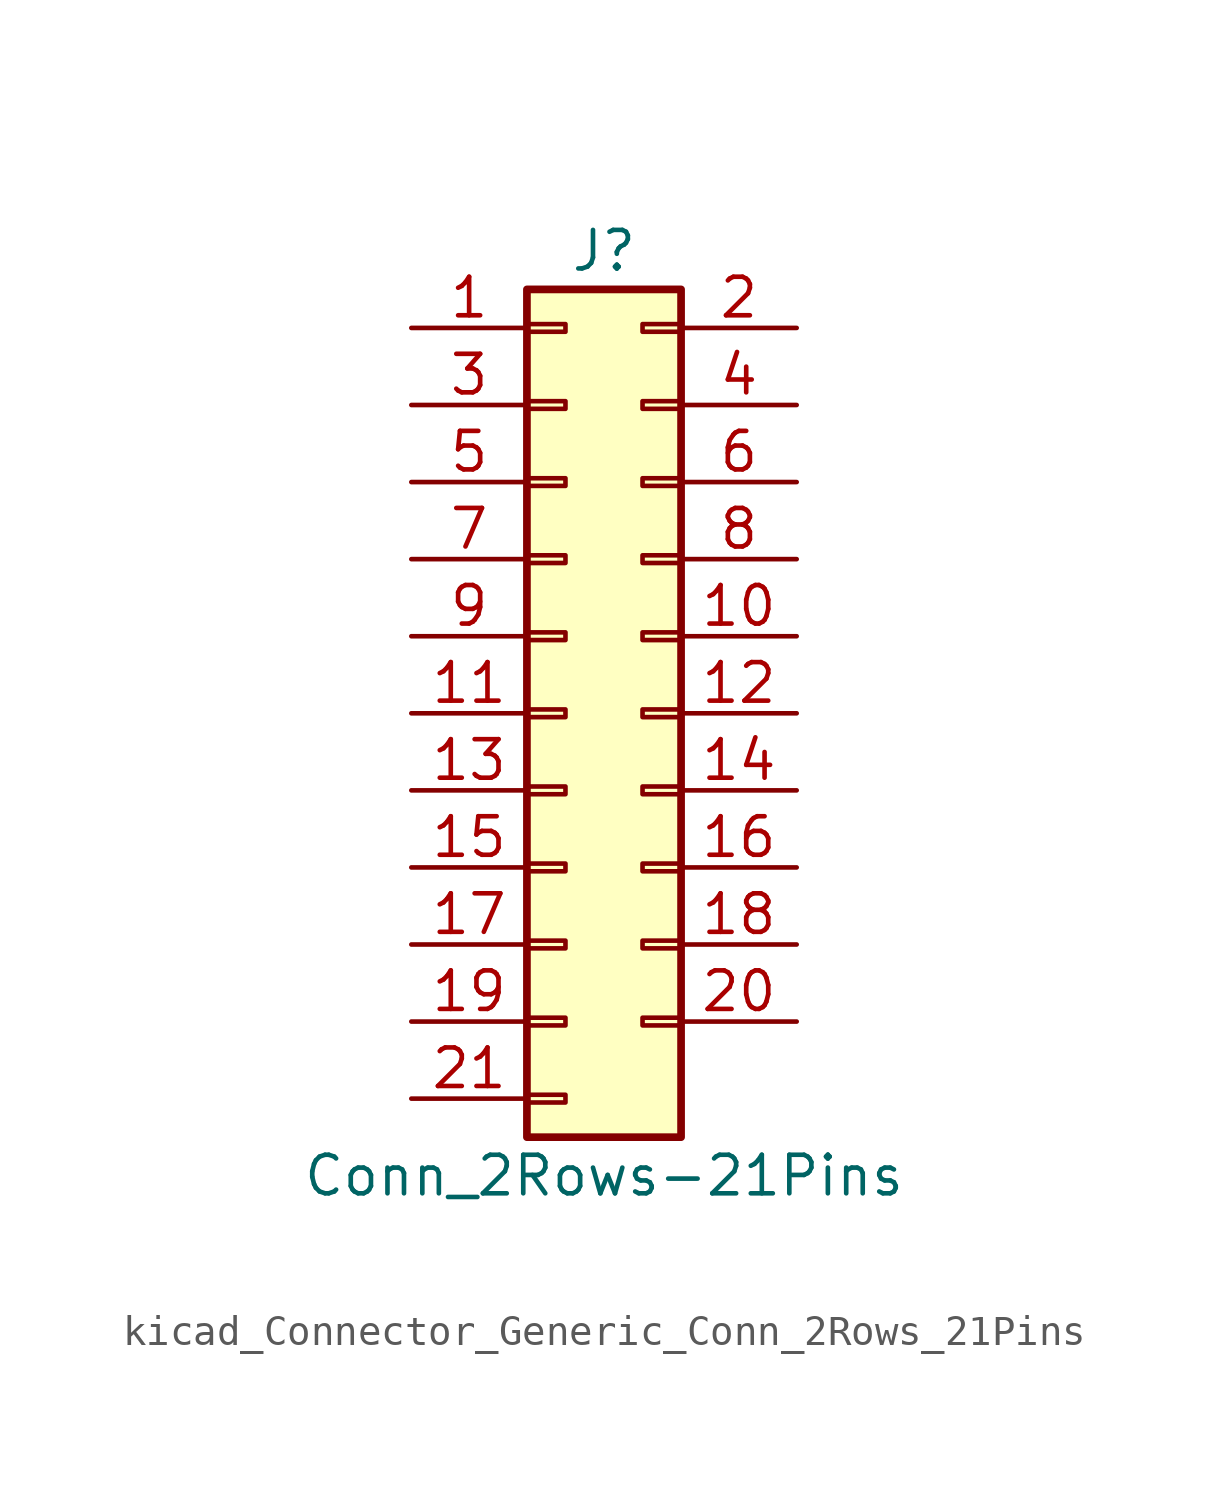
<source format=kicad_sym>
(kicad_symbol_lib
  (version 20220914)
  (generator kicad_symbol_editor)
  (symbol "kicad_Connector_Generic_Conn_2Rows_21Pins"
    (pin_names
      (offset 1.016) hide)
    (property "Reference" "J"
      (at 1.27 15.24 0)
      (effects (font (size 1.27 1.27))))
    (property "Value" "Conn_2Rows-21Pins"
      (at 1.27 -15.24 0)
      (effects (font (size 1.27 1.27))))
    (symbol "kicad_Connector_Generic_Conn_2Rows_21Pins_1_1"
      (rectangle (start -1.27 -12.573) (end 0 -12.827) (stroke (width 0.152) (type default)) (fill (type none)))
      (rectangle (start -1.27 -10.033) (end 0 -10.287) (stroke (width 0.152) (type default)) (fill (type none)))
      (rectangle (start -1.27 -7.493) (end 0 -7.747) (stroke (width 0.152) (type default)) (fill (type none)))
      (rectangle (start -1.27 -4.953) (end 0 -5.207) (stroke (width 0.152) (type default)) (fill (type none)))
      (rectangle (start -1.27 -2.413) (end 0 -2.667) (stroke (width 0.152) (type default)) (fill (type none)))
      (rectangle (start -1.27 0.127) (end 0 -0.127) (stroke (width 0.152) (type default)) (fill (type none)))
      (rectangle (start -1.27 2.667) (end 0 2.413) (stroke (width 0.152) (type default)) (fill (type none)))
      (rectangle (start -1.27 5.207) (end 0 4.953) (stroke (width 0.152) (type default)) (fill (type none)))
      (rectangle (start -1.27 7.747) (end 0 7.493) (stroke (width 0.152) (type default)) (fill (type none)))
      (rectangle (start -1.27 10.287) (end 0 10.033) (stroke (width 0.152) (type default)) (fill (type none)))
      (rectangle (start -1.27 12.827) (end 0 12.573) (stroke (width 0.152) (type default)) (fill (type none)))
      (rectangle (start -1.27 13.97) (end 3.81 -13.97) (stroke (width 0.254) (type default)) (fill (type background)))
      (rectangle (start 3.81 -10.033) (end 2.54 -10.287) (stroke (width 0.152) (type default)) (fill (type none)))
      (rectangle (start 3.81 -7.493) (end 2.54 -7.747) (stroke (width 0.152) (type default)) (fill (type none)))
      (rectangle (start 3.81 -4.953) (end 2.54 -5.207) (stroke (width 0.152) (type default)) (fill (type none)))
      (rectangle (start 3.81 -2.413) (end 2.54 -2.667) (stroke (width 0.152) (type default)) (fill (type none)))
      (rectangle (start 3.81 0.127) (end 2.54 -0.127) (stroke (width 0.152) (type default)) (fill (type none)))
      (rectangle (start 3.81 2.667) (end 2.54 2.413) (stroke (width 0.152) (type default)) (fill (type none)))
      (rectangle (start 3.81 5.207) (end 2.54 4.953) (stroke (width 0.152) (type default)) (fill (type none)))
      (rectangle (start 3.81 7.747) (end 2.54 7.493) (stroke (width 0.152) (type default)) (fill (type none)))
      (rectangle (start 3.81 10.287) (end 2.54 10.033) (stroke (width 0.152) (type default)) (fill (type none)))
      (rectangle (start 3.81 12.827) (end 2.54 12.573) (stroke (width 0.152) (type default)) (fill (type none)))
      (pin passive line (at -5.08 12.7 0) (length 3.81) (name "Pin_1" (effects (font (size 1.27 1.27)))) (number "1" (effects (font (size 1.27 1.27)))))
      (pin passive line (at 7.62 2.54 180) (length 3.81) (name "Pin_10" (effects (font (size 1.27 1.27)))) (number "10" (effects (font (size 1.27 1.27)))))
      (pin passive line (at -5.08 0 0) (length 3.81) (name "Pin_11" (effects (font (size 1.27 1.27)))) (number "11" (effects (font (size 1.27 1.27)))))
      (pin passive line (at 7.62 0 180) (length 3.81) (name "Pin_12" (effects (font (size 1.27 1.27)))) (number "12" (effects (font (size 1.27 1.27)))))
      (pin passive line (at -5.08 -2.54 0) (length 3.81) (name "Pin_13" (effects (font (size 1.27 1.27)))) (number "13" (effects (font (size 1.27 1.27)))))
      (pin passive line (at 7.62 -2.54 180) (length 3.81) (name "Pin_14" (effects (font (size 1.27 1.27)))) (number "14" (effects (font (size 1.27 1.27)))))
      (pin passive line (at -5.08 -5.08 0) (length 3.81) (name "Pin_15" (effects (font (size 1.27 1.27)))) (number "15" (effects (font (size 1.27 1.27)))))
      (pin passive line (at 7.62 -5.08 180) (length 3.81) (name "Pin_16" (effects (font (size 1.27 1.27)))) (number "16" (effects (font (size 1.27 1.27)))))
      (pin passive line (at -5.08 -7.62 0) (length 3.81) (name "Pin_17" (effects (font (size 1.27 1.27)))) (number "17" (effects (font (size 1.27 1.27)))))
      (pin passive line (at 7.62 -7.62 180) (length 3.81) (name "Pin_18" (effects (font (size 1.27 1.27)))) (number "18" (effects (font (size 1.27 1.27)))))
      (pin passive line (at -5.08 -10.16 0) (length 3.81) (name "Pin_19" (effects (font (size 1.27 1.27)))) (number "19" (effects (font (size 1.27 1.27)))))
      (pin passive line (at 7.62 12.7 180) (length 3.81) (name "Pin_2" (effects (font (size 1.27 1.27)))) (number "2" (effects (font (size 1.27 1.27)))))
      (pin passive line (at 7.62 -10.16 180) (length 3.81) (name "Pin_20" (effects (font (size 1.27 1.27)))) (number "20" (effects (font (size 1.27 1.27)))))
      (pin passive line (at -5.08 -12.7 0) (length 3.81) (name "Pin_21" (effects (font (size 1.27 1.27)))) (number "21" (effects (font (size 1.27 1.27)))))
      (pin passive line (at -5.08 10.16 0) (length 3.81) (name "Pin_3" (effects (font (size 1.27 1.27)))) (number "3" (effects (font (size 1.27 1.27)))))
      (pin passive line (at 7.62 10.16 180) (length 3.81) (name "Pin_4" (effects (font (size 1.27 1.27)))) (number "4" (effects (font (size 1.27 1.27)))))
      (pin passive line (at -5.08 7.62 0) (length 3.81) (name "Pin_5" (effects (font (size 1.27 1.27)))) (number "5" (effects (font (size 1.27 1.27)))))
      (pin passive line (at 7.62 7.62 180) (length 3.81) (name "Pin_6" (effects (font (size 1.27 1.27)))) (number "6" (effects (font (size 1.27 1.27)))))
      (pin passive line (at -5.08 5.08 0) (length 3.81) (name "Pin_7" (effects (font (size 1.27 1.27)))) (number "7" (effects (font (size 1.27 1.27)))))
      (pin passive line (at 7.62 5.08 180) (length 3.81) (name "Pin_8" (effects (font (size 1.27 1.27)))) (number "8" (effects (font (size 1.27 1.27)))))
      (pin passive line (at -5.08 2.54 0) (length 3.81) (name "Pin_9" (effects (font (size 1.27 1.27)))) (number "9" (effects (font (size 1.27 1.27))))))))
</source>
